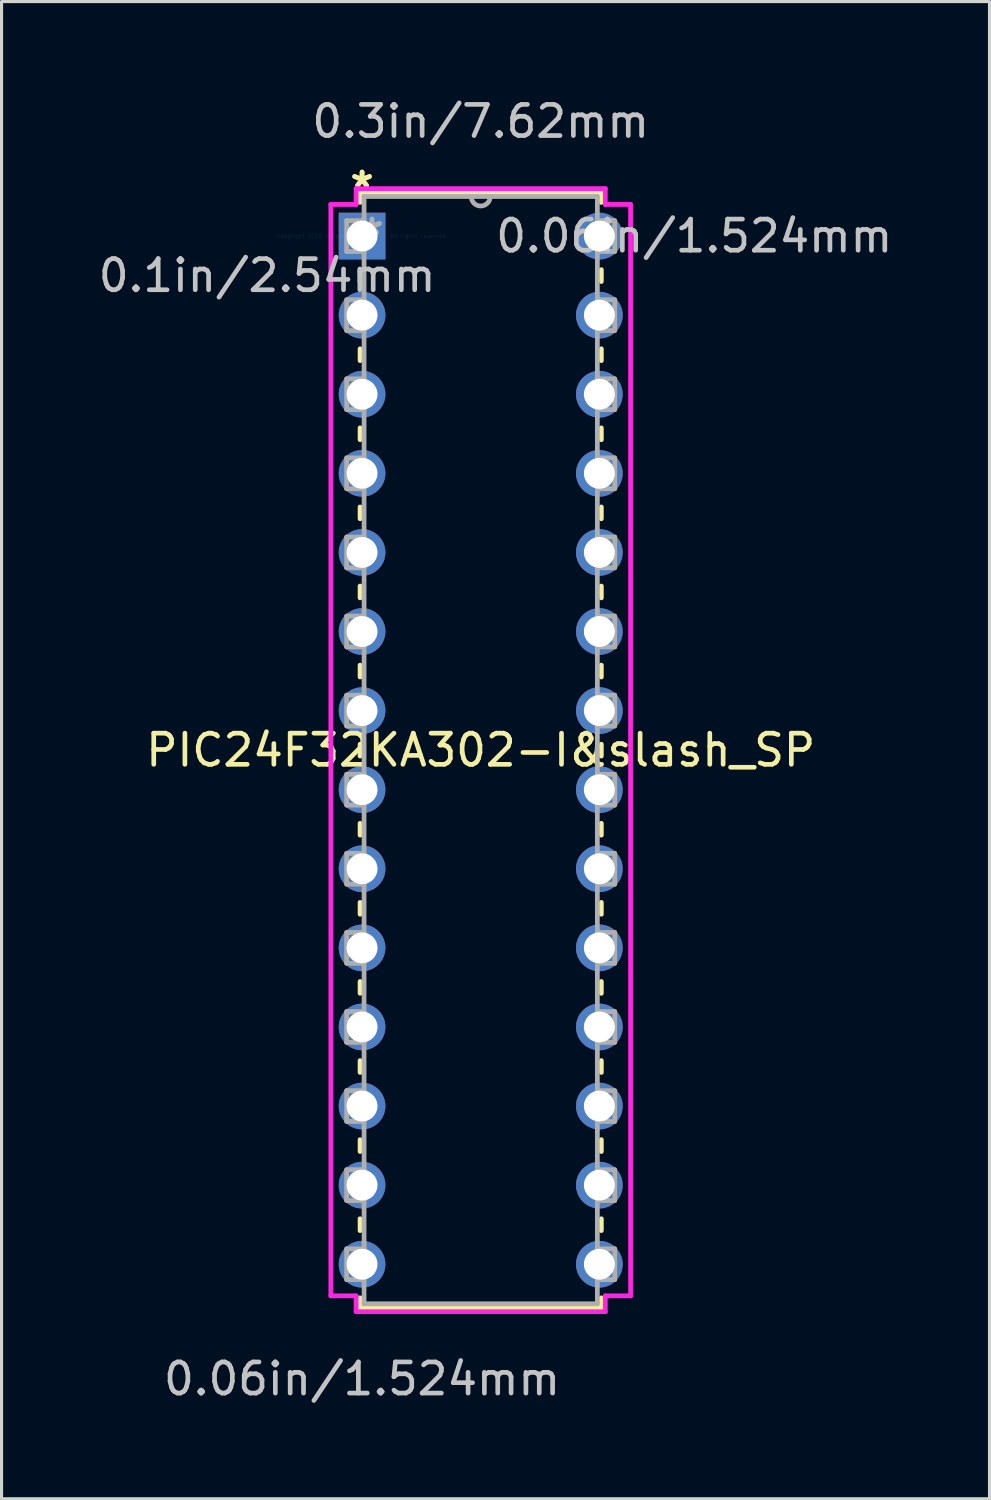
<source format=kicad_pcb>
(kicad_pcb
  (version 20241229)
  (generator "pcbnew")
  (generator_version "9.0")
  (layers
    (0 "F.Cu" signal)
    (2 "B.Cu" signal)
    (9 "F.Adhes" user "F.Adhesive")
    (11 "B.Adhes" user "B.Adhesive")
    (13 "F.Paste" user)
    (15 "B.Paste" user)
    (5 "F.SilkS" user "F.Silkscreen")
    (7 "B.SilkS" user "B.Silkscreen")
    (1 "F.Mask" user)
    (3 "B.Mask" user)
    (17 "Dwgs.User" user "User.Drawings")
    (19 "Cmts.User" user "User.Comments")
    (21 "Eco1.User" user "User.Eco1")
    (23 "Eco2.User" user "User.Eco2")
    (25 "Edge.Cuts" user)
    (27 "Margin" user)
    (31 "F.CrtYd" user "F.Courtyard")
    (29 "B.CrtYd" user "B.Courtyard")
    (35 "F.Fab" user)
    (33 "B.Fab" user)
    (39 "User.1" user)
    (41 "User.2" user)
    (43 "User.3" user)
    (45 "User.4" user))
  (footprint "PIC24F32KA302-I&slash_SP"
    (layer "F.Cu")
    (at 8.578 4.531)
    (property "Reference" "PIC24F32KA302-I&slash_SP" (at 3.81 16.51 0) (layer "F.SilkS") (effects (font (size 1 1) (thickness 0.15))))
    (attr through_hole)
    (fp_line (start -0.064 -1.397) (end -0.064 -1.082) (stroke (width 0.152) (type solid)) (layer "F.SilkS"))
    (fp_line (start -0.064 1.082) (end -0.064 1.46) (stroke (width 0.152) (type solid)) (layer "F.SilkS"))
    (fp_line (start -0.064 3.62) (end -0.064 4) (stroke (width 0.152) (type solid)) (layer "F.SilkS"))
    (fp_line (start -0.064 6.16) (end -0.064 6.54) (stroke (width 0.152) (type solid)) (layer "F.SilkS"))
    (fp_line (start -0.064 8.7) (end -0.064 9.08) (stroke (width 0.152) (type solid)) (layer "F.SilkS"))
    (fp_line (start -0.064 11.24) (end -0.064 11.62) (stroke (width 0.152) (type solid)) (layer "F.SilkS"))
    (fp_line (start -0.064 13.78) (end -0.064 14.16) (stroke (width 0.152) (type solid)) (layer "F.SilkS"))
    (fp_line (start -0.064 16.32) (end -0.064 16.7) (stroke (width 0.152) (type solid)) (layer "F.SilkS"))
    (fp_line (start -0.064 18.86) (end -0.064 19.24) (stroke (width 0.152) (type solid)) (layer "F.SilkS"))
    (fp_line (start -0.064 21.4) (end -0.064 21.78) (stroke (width 0.152) (type solid)) (layer "F.SilkS"))
    (fp_line (start -0.064 23.94) (end -0.064 24.32) (stroke (width 0.152) (type solid)) (layer "F.SilkS"))
    (fp_line (start -0.064 26.48) (end -0.064 26.86) (stroke (width 0.152) (type solid)) (layer "F.SilkS"))
    (fp_line (start -0.064 29.02) (end -0.064 29.4) (stroke (width 0.152) (type solid)) (layer "F.SilkS"))
    (fp_line (start -0.064 31.56) (end -0.064 31.94) (stroke (width 0.152) (type solid)) (layer "F.SilkS"))
    (fp_line (start -0.064 34.1) (end -0.064 34.417) (stroke (width 0.152) (type solid)) (layer "F.SilkS"))
    (fp_line (start -0.064 34.417) (end 7.684 34.417) (stroke (width 0.152) (type solid)) (layer "F.SilkS"))
    (fp_line (start 7.684 -1.397) (end -0.064 -1.397) (stroke (width 0.152) (type solid)) (layer "F.SilkS"))
    (fp_line (start 7.684 -1.08) (end 7.684 -1.397) (stroke (width 0.152) (type solid)) (layer "F.SilkS"))
    (fp_line (start 7.684 1.46) (end 7.684 1.08) (stroke (width 0.152) (type solid)) (layer "F.SilkS"))
    (fp_line (start 7.684 4) (end 7.684 3.62) (stroke (width 0.152) (type solid)) (layer "F.SilkS"))
    (fp_line (start 7.684 6.54) (end 7.684 6.16) (stroke (width 0.152) (type solid)) (layer "F.SilkS"))
    (fp_line (start 7.684 9.08) (end 7.684 8.7) (stroke (width 0.152) (type solid)) (layer "F.SilkS"))
    (fp_line (start 7.684 11.62) (end 7.684 11.24) (stroke (width 0.152) (type solid)) (layer "F.SilkS"))
    (fp_line (start 7.684 14.16) (end 7.684 13.78) (stroke (width 0.152) (type solid)) (layer "F.SilkS"))
    (fp_line (start 7.684 16.7) (end 7.684 16.32) (stroke (width 0.152) (type solid)) (layer "F.SilkS"))
    (fp_line (start 7.684 19.24) (end 7.684 18.86) (stroke (width 0.152) (type solid)) (layer "F.SilkS"))
    (fp_line (start 7.684 21.78) (end 7.684 21.4) (stroke (width 0.152) (type solid)) (layer "F.SilkS"))
    (fp_line (start 7.684 24.32) (end 7.684 23.94) (stroke (width 0.152) (type solid)) (layer "F.SilkS"))
    (fp_line (start 7.684 26.86) (end 7.684 26.48) (stroke (width 0.152) (type solid)) (layer "F.SilkS"))
    (fp_line (start 7.684 29.4) (end 7.684 29.02) (stroke (width 0.152) (type solid)) (layer "F.SilkS"))
    (fp_line (start 7.684 31.94) (end 7.684 31.56) (stroke (width 0.152) (type solid)) (layer "F.SilkS"))
    (fp_line (start 7.684 34.417) (end 7.684 34.1) (stroke (width 0.152) (type solid)) (layer "F.SilkS"))
    (fp_line (start -1.003 -1.016) (end -1.003 34.036) (stroke (width 0.152) (type solid)) (layer "F.CrtYd"))
    (fp_line (start -1.003 34.036) (end -0.191 34.036) (stroke (width 0.152) (type solid)) (layer "F.CrtYd"))
    (fp_line (start -0.191 -1.524) (end -0.191 -1.016) (stroke (width 0.152) (type solid)) (layer "F.CrtYd"))
    (fp_line (start -0.191 -1.016) (end -1.003 -1.016) (stroke (width 0.152) (type solid)) (layer "F.CrtYd"))
    (fp_line (start -0.191 34.036) (end -0.191 34.544) (stroke (width 0.152) (type solid)) (layer "F.CrtYd"))
    (fp_line (start -0.191 34.544) (end 7.811 34.544) (stroke (width 0.152) (type solid)) (layer "F.CrtYd"))
    (fp_line (start 7.811 -1.524) (end -0.191 -1.524) (stroke (width 0.152) (type solid)) (layer "F.CrtYd"))
    (fp_line (start 7.811 -1.016) (end 7.811 -1.524) (stroke (width 0.152) (type solid)) (layer "F.CrtYd"))
    (fp_line (start 7.811 34.036) (end 8.623 34.036) (stroke (width 0.152) (type solid)) (layer "F.CrtYd"))
    (fp_line (start 7.811 34.544) (end 7.811 34.036) (stroke (width 0.152) (type solid)) (layer "F.CrtYd"))
    (fp_line (start 8.623 -1.016) (end 7.811 -1.016) (stroke (width 0.152) (type solid)) (layer "F.CrtYd"))
    (fp_line (start 8.623 34.036) (end 8.623 -1.016) (stroke (width 0.152) (type solid)) (layer "F.CrtYd"))
    (fp_line (start -0.495 -0.495) (end -0.495 0.495) (stroke (width 0.152) (type solid)) (layer "F.Fab"))
    (fp_line (start -0.495 0.495) (end 0.064 0.495) (stroke (width 0.152) (type solid)) (layer "F.Fab"))
    (fp_line (start -0.495 2.045) (end -0.495 3.035) (stroke (width 0.152) (type solid)) (layer "F.Fab"))
    (fp_line (start -0.495 3.035) (end 0.064 3.035) (stroke (width 0.152) (type solid)) (layer "F.Fab"))
    (fp_line (start -0.495 4.585) (end -0.495 5.575) (stroke (width 0.152) (type solid)) (layer "F.Fab"))
    (fp_line (start -0.495 5.575) (end 0.064 5.575) (stroke (width 0.152) (type solid)) (layer "F.Fab"))
    (fp_line (start -0.495 7.125) (end -0.495 8.115) (stroke (width 0.152) (type solid)) (layer "F.Fab"))
    (fp_line (start -0.495 8.115) (end 0.064 8.115) (stroke (width 0.152) (type solid)) (layer "F.Fab"))
    (fp_line (start -0.495 9.665) (end -0.495 10.655) (stroke (width 0.152) (type solid)) (layer "F.Fab"))
    (fp_line (start -0.495 10.655) (end 0.064 10.655) (stroke (width 0.152) (type solid)) (layer "F.Fab"))
    (fp_line (start -0.495 12.205) (end -0.495 13.195) (stroke (width 0.152) (type solid)) (layer "F.Fab"))
    (fp_line (start -0.495 13.195) (end 0.064 13.195) (stroke (width 0.152) (type solid)) (layer "F.Fab"))
    (fp_line (start -0.495 14.745) (end -0.495 15.735) (stroke (width 0.152) (type solid)) (layer "F.Fab"))
    (fp_line (start -0.495 15.735) (end 0.064 15.735) (stroke (width 0.152) (type solid)) (layer "F.Fab"))
    (fp_line (start -0.495 17.285) (end -0.495 18.275) (stroke (width 0.152) (type solid)) (layer "F.Fab"))
    (fp_line (start -0.495 18.275) (end 0.064 18.275) (stroke (width 0.152) (type solid)) (layer "F.Fab"))
    (fp_line (start -0.495 19.825) (end -0.495 20.815) (stroke (width 0.152) (type solid)) (layer "F.Fab"))
    (fp_line (start -0.495 20.815) (end 0.064 20.815) (stroke (width 0.152) (type solid)) (layer "F.Fab"))
    (fp_line (start -0.495 22.365) (end -0.495 23.355) (stroke (width 0.152) (type solid)) (layer "F.Fab"))
    (fp_line (start -0.495 23.355) (end 0.064 23.355) (stroke (width 0.152) (type solid)) (layer "F.Fab"))
    (fp_line (start -0.495 24.905) (end -0.495 25.895) (stroke (width 0.152) (type solid)) (layer "F.Fab"))
    (fp_line (start -0.495 25.895) (end 0.064 25.895) (stroke (width 0.152) (type solid)) (layer "F.Fab"))
    (fp_line (start -0.495 27.445) (end -0.495 28.435) (stroke (width 0.152) (type solid)) (layer "F.Fab"))
    (fp_line (start -0.495 28.435) (end 0.064 28.435) (stroke (width 0.152) (type solid)) (layer "F.Fab"))
    (fp_line (start -0.495 29.985) (end -0.495 30.975) (stroke (width 0.152) (type solid)) (layer "F.Fab"))
    (fp_line (start -0.495 30.975) (end 0.064 30.975) (stroke (width 0.152) (type solid)) (layer "F.Fab"))
    (fp_line (start -0.495 32.525) (end -0.495 33.515) (stroke (width 0.152) (type solid)) (layer "F.Fab"))
    (fp_line (start -0.495 33.515) (end 0.064 33.515) (stroke (width 0.152) (type solid)) (layer "F.Fab"))
    (fp_line (start 0.064 -1.27) (end 0.064 34.29) (stroke (width 0.152) (type solid)) (layer "F.Fab"))
    (fp_line (start 0.064 -0.495) (end -0.495 -0.495) (stroke (width 0.152) (type solid)) (layer "F.Fab"))
    (fp_line (start 0.064 0.495) (end 0.064 -0.495) (stroke (width 0.152) (type solid)) (layer "F.Fab"))
    (fp_line (start 0.064 2.045) (end -0.495 2.045) (stroke (width 0.152) (type solid)) (layer "F.Fab"))
    (fp_line (start 0.064 3.035) (end 0.064 2.045) (stroke (width 0.152) (type solid)) (layer "F.Fab"))
    (fp_line (start 0.064 4.585) (end -0.495 4.585) (stroke (width 0.152) (type solid)) (layer "F.Fab"))
    (fp_line (start 0.064 5.575) (end 0.064 4.585) (stroke (width 0.152) (type solid)) (layer "F.Fab"))
    (fp_line (start 0.064 7.125) (end -0.495 7.125) (stroke (width 0.152) (type solid)) (layer "F.Fab"))
    (fp_line (start 0.064 8.115) (end 0.064 7.125) (stroke (width 0.152) (type solid)) (layer "F.Fab"))
    (fp_line (start 0.064 9.665) (end -0.495 9.665) (stroke (width 0.152) (type solid)) (layer "F.Fab"))
    (fp_line (start 0.064 10.655) (end 0.064 9.665) (stroke (width 0.152) (type solid)) (layer "F.Fab"))
    (fp_line (start 0.064 12.205) (end -0.495 12.205) (stroke (width 0.152) (type solid)) (layer "F.Fab"))
    (fp_line (start 0.064 13.195) (end 0.064 12.205) (stroke (width 0.152) (type solid)) (layer "F.Fab"))
    (fp_line (start 0.064 14.745) (end -0.495 14.745) (stroke (width 0.152) (type solid)) (layer "F.Fab"))
    (fp_line (start 0.064 15.735) (end 0.064 14.745) (stroke (width 0.152) (type solid)) (layer "F.Fab"))
    (fp_line (start 0.064 17.285) (end -0.495 17.285) (stroke (width 0.152) (type solid)) (layer "F.Fab"))
    (fp_line (start 0.064 18.275) (end 0.064 17.285) (stroke (width 0.152) (type solid)) (layer "F.Fab"))
    (fp_line (start 0.064 19.825) (end -0.495 19.825) (stroke (width 0.152) (type solid)) (layer "F.Fab"))
    (fp_line (start 0.064 20.815) (end 0.064 19.825) (stroke (width 0.152) (type solid)) (layer "F.Fab"))
    (fp_line (start 0.064 22.365) (end -0.495 22.365) (stroke (width 0.152) (type solid)) (layer "F.Fab"))
    (fp_line (start 0.064 23.355) (end 0.064 22.365) (stroke (width 0.152) (type solid)) (layer "F.Fab"))
    (fp_line (start 0.064 24.905) (end -0.495 24.905) (stroke (width 0.152) (type solid)) (layer "F.Fab"))
    (fp_line (start 0.064 25.895) (end 0.064 24.905) (stroke (width 0.152) (type solid)) (layer "F.Fab"))
    (fp_line (start 0.064 27.445) (end -0.495 27.445) (stroke (width 0.152) (type solid)) (layer "F.Fab"))
    (fp_line (start 0.064 28.435) (end 0.064 27.445) (stroke (width 0.152) (type solid)) (layer "F.Fab"))
    (fp_line (start 0.064 29.985) (end -0.495 29.985) (stroke (width 0.152) (type solid)) (layer "F.Fab"))
    (fp_line (start 0.064 30.975) (end 0.064 29.985) (stroke (width 0.152) (type solid)) (layer "F.Fab"))
    (fp_line (start 0.064 32.525) (end -0.495 32.525) (stroke (width 0.152) (type solid)) (layer "F.Fab"))
    (fp_line (start 0.064 33.515) (end 0.064 32.525) (stroke (width 0.152) (type solid)) (layer "F.Fab"))
    (fp_line (start 0.064 34.29) (end 7.556 34.29) (stroke (width 0.152) (type solid)) (layer "F.Fab"))
    (fp_line (start 7.556 -1.27) (end 0.064 -1.27) (stroke (width 0.152) (type solid)) (layer "F.Fab"))
    (fp_line (start 7.556 -0.495) (end 7.556 0.495) (stroke (width 0.152) (type solid)) (layer "F.Fab"))
    (fp_line (start 7.556 0.495) (end 8.115 0.495) (stroke (width 0.152) (type solid)) (layer "F.Fab"))
    (fp_line (start 7.556 2.045) (end 7.556 3.035) (stroke (width 0.152) (type solid)) (layer "F.Fab"))
    (fp_line (start 7.556 3.035) (end 8.115 3.035) (stroke (width 0.152) (type solid)) (layer "F.Fab"))
    (fp_line (start 7.556 4.585) (end 7.556 5.575) (stroke (width 0.152) (type solid)) (layer "F.Fab"))
    (fp_line (start 7.556 5.575) (end 8.115 5.575) (stroke (width 0.152) (type solid)) (layer "F.Fab"))
    (fp_line (start 7.556 7.125) (end 7.556 8.115) (stroke (width 0.152) (type solid)) (layer "F.Fab"))
    (fp_line (start 7.556 8.115) (end 8.115 8.115) (stroke (width 0.152) (type solid)) (layer "F.Fab"))
    (fp_line (start 7.556 9.665) (end 7.556 10.655) (stroke (width 0.152) (type solid)) (layer "F.Fab"))
    (fp_line (start 7.556 10.655) (end 8.115 10.655) (stroke (width 0.152) (type solid)) (layer "F.Fab"))
    (fp_line (start 7.556 12.205) (end 7.556 13.195) (stroke (width 0.152) (type solid)) (layer "F.Fab"))
    (fp_line (start 7.556 13.195) (end 8.115 13.195) (stroke (width 0.152) (type solid)) (layer "F.Fab"))
    (fp_line (start 7.556 14.745) (end 7.556 15.735) (stroke (width 0.152) (type solid)) (layer "F.Fab"))
    (fp_line (start 7.556 15.735) (end 8.115 15.735) (stroke (width 0.152) (type solid)) (layer "F.Fab"))
    (fp_line (start 7.556 17.285) (end 7.556 18.275) (stroke (width 0.152) (type solid)) (layer "F.Fab"))
    (fp_line (start 7.556 18.275) (end 8.115 18.275) (stroke (width 0.152) (type solid)) (layer "F.Fab"))
    (fp_line (start 7.556 19.825) (end 7.556 20.815) (stroke (width 0.152) (type solid)) (layer "F.Fab"))
    (fp_line (start 7.556 20.815) (end 8.115 20.815) (stroke (width 0.152) (type solid)) (layer "F.Fab"))
    (fp_line (start 7.556 22.365) (end 7.556 23.355) (stroke (width 0.152) (type solid)) (layer "F.Fab"))
    (fp_line (start 7.556 23.355) (end 8.115 23.355) (stroke (width 0.152) (type solid)) (layer "F.Fab"))
    (fp_line (start 7.556 24.905) (end 7.556 25.895) (stroke (width 0.152) (type solid)) (layer "F.Fab"))
    (fp_line (start 7.556 25.895) (end 8.115 25.895) (stroke (width 0.152) (type solid)) (layer "F.Fab"))
    (fp_line (start 7.556 27.445) (end 7.556 28.435) (stroke (width 0.152) (type solid)) (layer "F.Fab"))
    (fp_line (start 7.556 28.435) (end 8.115 28.435) (stroke (width 0.152) (type solid)) (layer "F.Fab"))
    (fp_line (start 7.556 29.985) (end 7.556 30.975) (stroke (width 0.152) (type solid)) (layer "F.Fab"))
    (fp_line (start 7.556 30.975) (end 8.115 30.975) (stroke (width 0.152) (type solid)) (layer "F.Fab"))
    (fp_line (start 7.556 32.525) (end 7.556 33.515) (stroke (width 0.152) (type solid)) (layer "F.Fab"))
    (fp_line (start 7.556 33.515) (end 8.115 33.515) (stroke (width 0.152) (type solid)) (layer "F.Fab"))
    (fp_line (start 7.556 34.29) (end 7.556 -1.27) (stroke (width 0.152) (type solid)) (layer "F.Fab"))
    (fp_line (start 8.115 -0.495) (end 7.556 -0.495) (stroke (width 0.152) (type solid)) (layer "F.Fab"))
    (fp_line (start 8.115 0.495) (end 8.115 -0.495) (stroke (width 0.152) (type solid)) (layer "F.Fab"))
    (fp_line (start 8.115 2.045) (end 7.556 2.045) (stroke (width 0.152) (type solid)) (layer "F.Fab"))
    (fp_line (start 8.115 3.035) (end 8.115 2.045) (stroke (width 0.152) (type solid)) (layer "F.Fab"))
    (fp_line (start 8.115 4.585) (end 7.556 4.585) (stroke (width 0.152) (type solid)) (layer "F.Fab"))
    (fp_line (start 8.115 5.575) (end 8.115 4.585) (stroke (width 0.152) (type solid)) (layer "F.Fab"))
    (fp_line (start 8.115 7.125) (end 7.556 7.125) (stroke (width 0.152) (type solid)) (layer "F.Fab"))
    (fp_line (start 8.115 8.115) (end 8.115 7.125) (stroke (width 0.152) (type solid)) (layer "F.Fab"))
    (fp_line (start 8.115 9.665) (end 7.556 9.665) (stroke (width 0.152) (type solid)) (layer "F.Fab"))
    (fp_line (start 8.115 10.655) (end 8.115 9.665) (stroke (width 0.152) (type solid)) (layer "F.Fab"))
    (fp_line (start 8.115 12.205) (end 7.556 12.205) (stroke (width 0.152) (type solid)) (layer "F.Fab"))
    (fp_line (start 8.115 13.195) (end 8.115 12.205) (stroke (width 0.152) (type solid)) (layer "F.Fab"))
    (fp_line (start 8.115 14.745) (end 7.556 14.745) (stroke (width 0.152) (type solid)) (layer "F.Fab"))
    (fp_line (start 8.115 15.735) (end 8.115 14.745) (stroke (width 0.152) (type solid)) (layer "F.Fab"))
    (fp_line (start 8.115 17.285) (end 7.556 17.285) (stroke (width 0.152) (type solid)) (layer "F.Fab"))
    (fp_line (start 8.115 18.275) (end 8.115 17.285) (stroke (width 0.152) (type solid)) (layer "F.Fab"))
    (fp_line (start 8.115 19.825) (end 7.556 19.825) (stroke (width 0.152) (type solid)) (layer "F.Fab"))
    (fp_line (start 8.115 20.815) (end 8.115 19.825) (stroke (width 0.152) (type solid)) (layer "F.Fab"))
    (fp_line (start 8.115 22.365) (end 7.556 22.365) (stroke (width 0.152) (type solid)) (layer "F.Fab"))
    (fp_line (start 8.115 23.355) (end 8.115 22.365) (stroke (width 0.152) (type solid)) (layer "F.Fab"))
    (fp_line (start 8.115 24.905) (end 7.556 24.905) (stroke (width 0.152) (type solid)) (layer "F.Fab"))
    (fp_line (start 8.115 25.895) (end 8.115 24.905) (stroke (width 0.152) (type solid)) (layer "F.Fab"))
    (fp_line (start 8.115 27.445) (end 7.556 27.445) (stroke (width 0.152) (type solid)) (layer "F.Fab"))
    (fp_line (start 8.115 28.435) (end 8.115 27.445) (stroke (width 0.152) (type solid)) (layer "F.Fab"))
    (fp_line (start 8.115 29.985) (end 7.556 29.985) (stroke (width 0.152) (type solid)) (layer "F.Fab"))
    (fp_line (start 8.115 30.975) (end 8.115 29.985) (stroke (width 0.152) (type solid)) (layer "F.Fab"))
    (fp_line (start 8.115 32.525) (end 7.556 32.525) (stroke (width 0.152) (type solid)) (layer "F.Fab"))
    (fp_line (start 8.115 33.515) (end 8.115 32.525) (stroke (width 0.152) (type solid)) (layer "F.Fab"))
    (fp_arc (start 4.1148 -1.27) (mid 3.81 -0.9652) (end 3.5052 -1.27) (stroke (width 0.1524) (type solid)) (layer "F.Fab"))
    (fp_text user "*" (at 0 -1.511 0) (layer "F.SilkS") (effects (font (size 1 1) (thickness 0.15))))
    (fp_text user "*" (at 0 -1.511 0) (layer "F.SilkS") (effects (font (size 1 1) (thickness 0.15))))
    (fp_text user "0.06in/1.524mm" (at 10.668 0 0) (layer "Dwgs.User") (effects (font (size 1 1) (thickness 0.15))))
    (fp_text user "0.06in/1.524mm" (at 0 36.703 0) (layer "Dwgs.User") (effects (font (size 1 1) (thickness 0.15))))
    (fp_text user "0.1in/2.54mm" (at -3.048 1.27 0) (layer "Dwgs.User") (effects (font (size 1 1) (thickness 0.15))))
    (fp_text user "0.3in/7.62mm" (at 3.81 -3.683 0) (layer "Dwgs.User") (effects (font (size 1 1) (thickness 0.15))))
    (fp_text user "Copyright 2016 Accelerated Designs. All rights reserved." (at 0 0 0) (layer "Cmts.User") (effects (font (size 0.127 0.127) (thickness 0.002))))
    (fp_text user "*" (at 0.318 0 0) (layer "F.Fab") (effects (font (size 1 1) (thickness 0.15))))
    (fp_text user "*" (at 0.318 0 0) (layer "F.Fab") (effects (font (size 1 1) (thickness 0.15))))
    (pad "1" thru_hole rect (at 0 0) (size 1.499 1.499) (drill 0.991) (layers "*.Cu" "*.Mask"))
    (pad "2" thru_hole circle (at 0 2.54) (size 1.499 1.499) (drill 0.991) (layers "*.Cu" "*.Mask"))
    (pad "3" thru_hole circle (at 0 5.08) (size 1.499 1.499) (drill 0.991) (layers "*.Cu" "*.Mask"))
    (pad "4" thru_hole circle (at 0 7.62) (size 1.499 1.499) (drill 0.991) (layers "*.Cu" "*.Mask"))
    (pad "5" thru_hole circle (at 0 10.16) (size 1.499 1.499) (drill 0.991) (layers "*.Cu" "*.Mask"))
    (pad "6" thru_hole circle (at 0 12.7) (size 1.499 1.499) (drill 0.991) (layers "*.Cu" "*.Mask"))
    (pad "7" thru_hole circle (at 0 15.24) (size 1.499 1.499) (drill 0.991) (layers "*.Cu" "*.Mask"))
    (pad "8" thru_hole circle (at 0 17.78) (size 1.499 1.499) (drill 0.991) (layers "*.Cu" "*.Mask"))
    (pad "9" thru_hole circle (at 0 20.32) (size 1.499 1.499) (drill 0.991) (layers "*.Cu" "*.Mask"))
    (pad "10" thru_hole circle (at 0 22.86) (size 1.499 1.499) (drill 0.991) (layers "*.Cu" "*.Mask"))
    (pad "11" thru_hole circle (at 0 25.4) (size 1.499 1.499) (drill 0.991) (layers "*.Cu" "*.Mask"))
    (pad "12" thru_hole circle (at 0 27.94) (size 1.499 1.499) (drill 0.991) (layers "*.Cu" "*.Mask"))
    (pad "13" thru_hole circle (at 0 30.48) (size 1.499 1.499) (drill 0.991) (layers "*.Cu" "*.Mask"))
    (pad "14" thru_hole circle (at 0 33.02) (size 1.499 1.499) (drill 0.991) (layers "*.Cu" "*.Mask"))
    (pad "15" thru_hole circle (at 7.62 33.02) (size 1.499 1.499) (drill 0.991) (layers "*.Cu" "*.Mask"))
    (pad "16" thru_hole circle (at 7.62 30.48) (size 1.499 1.499) (drill 0.991) (layers "*.Cu" "*.Mask"))
    (pad "17" thru_hole circle (at 7.62 27.94) (size 1.499 1.499) (drill 0.991) (layers "*.Cu" "*.Mask"))
    (pad "18" thru_hole circle (at 7.62 25.4) (size 1.499 1.499) (drill 0.991) (layers "*.Cu" "*.Mask"))
    (pad "19" thru_hole circle (at 7.62 22.86) (size 1.499 1.499) (drill 0.991) (layers "*.Cu" "*.Mask"))
    (pad "20" thru_hole circle (at 7.62 20.32) (size 1.499 1.499) (drill 0.991) (layers "*.Cu" "*.Mask"))
    (pad "21" thru_hole circle (at 7.62 17.78) (size 1.499 1.499) (drill 0.991) (layers "*.Cu" "*.Mask"))
    (pad "22" thru_hole circle (at 7.62 15.24) (size 1.499 1.499) (drill 0.991) (layers "*.Cu" "*.Mask"))
    (pad "23" thru_hole circle (at 7.62 12.7) (size 1.499 1.499) (drill 0.991) (layers "*.Cu" "*.Mask"))
    (pad "24" thru_hole circle (at 7.62 10.16) (size 1.499 1.499) (drill 0.991) (layers "*.Cu" "*.Mask"))
    (pad "25" thru_hole circle (at 7.62 7.62) (size 1.499 1.499) (drill 0.991) (layers "*.Cu" "*.Mask"))
    (pad "26" thru_hole circle (at 7.62 5.08) (size 1.499 1.499) (drill 0.991) (layers "*.Cu" "*.Mask"))
    (pad "27" thru_hole circle (at 7.62 2.54) (size 1.499 1.499) (drill 0.991) (layers "*.Cu" "*.Mask"))
    (pad "28" thru_hole circle (at 7.62 0) (size 1.499 1.499) (drill 0.991) (layers "*.Cu" "*.Mask")))
  (gr_rect
    (start -3 -3)
    (end 28.728 45.083)
    (stroke (width 0.1) (type default))
    (fill no)
    (layer "Edge.Cuts")))
</source>
